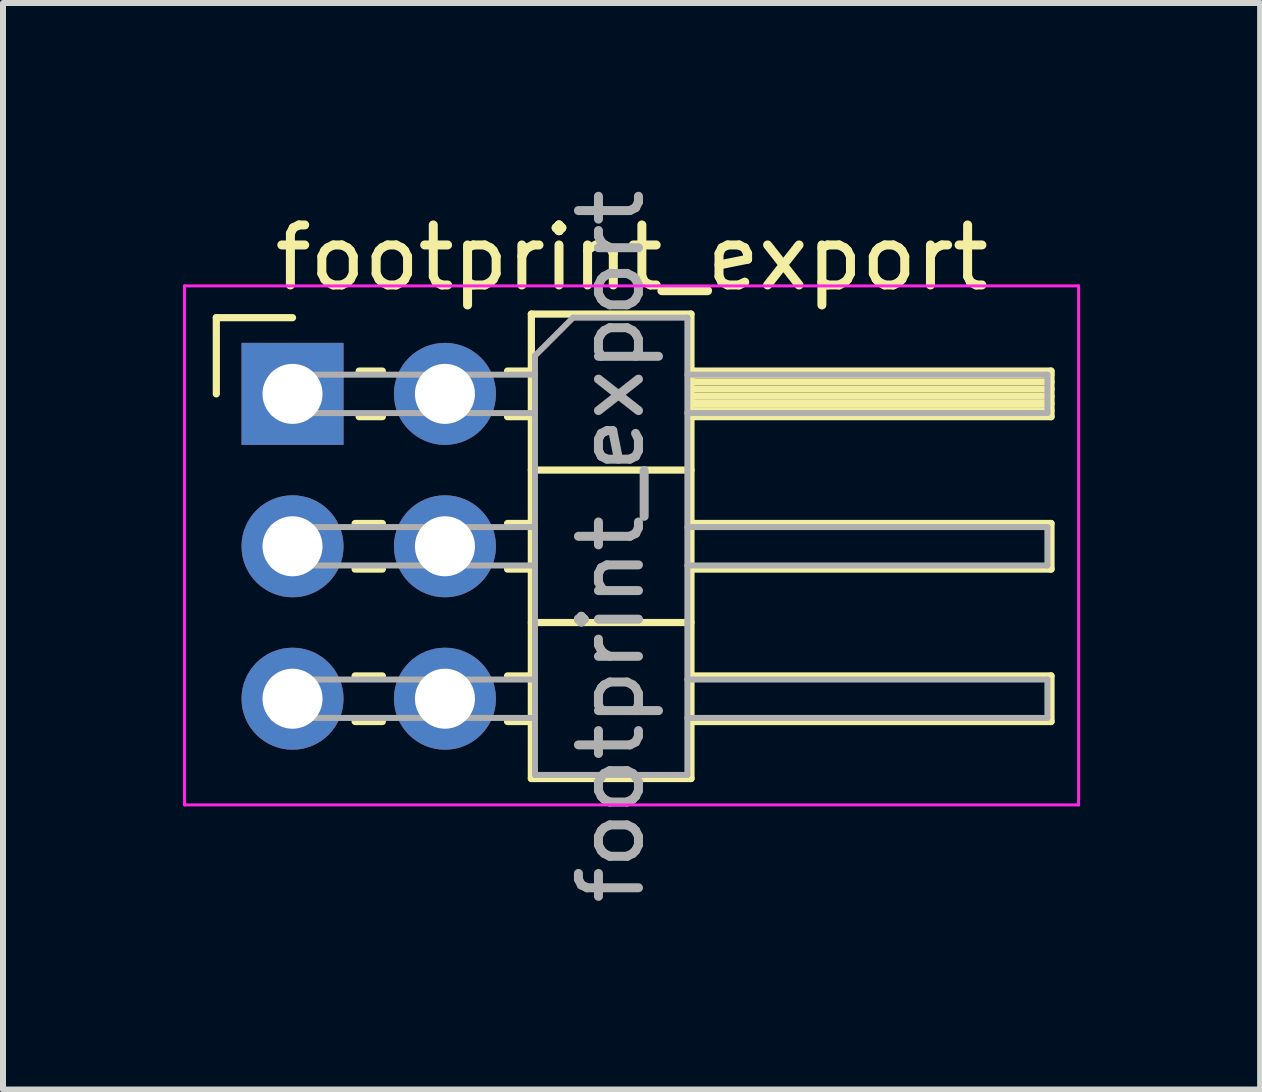
<source format=kicad_pcb>
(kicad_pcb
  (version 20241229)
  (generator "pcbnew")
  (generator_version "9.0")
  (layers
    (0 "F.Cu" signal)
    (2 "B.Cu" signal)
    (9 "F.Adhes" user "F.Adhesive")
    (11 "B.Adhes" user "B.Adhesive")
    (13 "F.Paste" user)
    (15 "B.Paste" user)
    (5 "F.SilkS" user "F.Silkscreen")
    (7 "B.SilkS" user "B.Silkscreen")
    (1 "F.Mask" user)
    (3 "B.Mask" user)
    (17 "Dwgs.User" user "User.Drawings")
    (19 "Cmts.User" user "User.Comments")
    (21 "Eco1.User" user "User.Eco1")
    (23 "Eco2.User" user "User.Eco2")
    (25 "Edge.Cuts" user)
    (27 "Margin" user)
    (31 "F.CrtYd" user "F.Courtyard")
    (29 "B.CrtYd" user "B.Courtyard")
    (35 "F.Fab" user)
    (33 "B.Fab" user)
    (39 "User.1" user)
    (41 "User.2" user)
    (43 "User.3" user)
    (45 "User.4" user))
  (footprint "footprint_export"
    (layer "F.Cu")
    (at 1.825 3.514)
    (property "Reference" "footprint_export" (at 5.655 -2.27 0) (layer "F.SilkS") (effects (font (size 1 1) (thickness 0.15))))
    (attr through_hole)
    (fp_line (start -1.27 -1.27) (end 0 -1.27) (stroke (width 0.12) (type solid)) (layer "F.SilkS"))
    (fp_line (start -1.27 0) (end -1.27 -1.27) (stroke (width 0.12) (type solid)) (layer "F.SilkS"))
    (fp_line (start 1.043 2.16) (end 1.497 2.16) (stroke (width 0.12) (type solid)) (layer "F.SilkS"))
    (fp_line (start 1.043 2.92) (end 1.497 2.92) (stroke (width 0.12) (type solid)) (layer "F.SilkS"))
    (fp_line (start 1.043 4.7) (end 1.497 4.7) (stroke (width 0.12) (type solid)) (layer "F.SilkS"))
    (fp_line (start 1.043 5.46) (end 1.497 5.46) (stroke (width 0.12) (type solid)) (layer "F.SilkS"))
    (fp_line (start 1.11 -0.38) (end 1.497 -0.38) (stroke (width 0.12) (type solid)) (layer "F.SilkS"))
    (fp_line (start 1.11 0.38) (end 1.497 0.38) (stroke (width 0.12) (type solid)) (layer "F.SilkS"))
    (fp_line (start 3.583 -0.38) (end 3.98 -0.38) (stroke (width 0.12) (type solid)) (layer "F.SilkS"))
    (fp_line (start 3.583 0.38) (end 3.98 0.38) (stroke (width 0.12) (type solid)) (layer "F.SilkS"))
    (fp_line (start 3.583 2.16) (end 3.98 2.16) (stroke (width 0.12) (type solid)) (layer "F.SilkS"))
    (fp_line (start 3.583 2.92) (end 3.98 2.92) (stroke (width 0.12) (type solid)) (layer "F.SilkS"))
    (fp_line (start 3.583 4.7) (end 3.98 4.7) (stroke (width 0.12) (type solid)) (layer "F.SilkS"))
    (fp_line (start 3.583 5.46) (end 3.98 5.46) (stroke (width 0.12) (type solid)) (layer "F.SilkS"))
    (fp_line (start 3.98 -1.33) (end 3.98 6.41) (stroke (width 0.12) (type solid)) (layer "F.SilkS"))
    (fp_line (start 3.98 1.27) (end 6.64 1.27) (stroke (width 0.12) (type solid)) (layer "F.SilkS"))
    (fp_line (start 3.98 3.81) (end 6.64 3.81) (stroke (width 0.12) (type solid)) (layer "F.SilkS"))
    (fp_line (start 3.98 6.41) (end 6.64 6.41) (stroke (width 0.12) (type solid)) (layer "F.SilkS"))
    (fp_line (start 6.64 -1.33) (end 3.98 -1.33) (stroke (width 0.12) (type solid)) (layer "F.SilkS"))
    (fp_line (start 6.64 -0.38) (end 12.64 -0.38) (stroke (width 0.12) (type solid)) (layer "F.SilkS"))
    (fp_line (start 6.64 -0.32) (end 12.64 -0.32) (stroke (width 0.12) (type solid)) (layer "F.SilkS"))
    (fp_line (start 6.64 -0.2) (end 12.64 -0.2) (stroke (width 0.12) (type solid)) (layer "F.SilkS"))
    (fp_line (start 6.64 -0.08) (end 12.64 -0.08) (stroke (width 0.12) (type solid)) (layer "F.SilkS"))
    (fp_line (start 6.64 0.04) (end 12.64 0.04) (stroke (width 0.12) (type solid)) (layer "F.SilkS"))
    (fp_line (start 6.64 0.16) (end 12.64 0.16) (stroke (width 0.12) (type solid)) (layer "F.SilkS"))
    (fp_line (start 6.64 0.28) (end 12.64 0.28) (stroke (width 0.12) (type solid)) (layer "F.SilkS"))
    (fp_line (start 6.64 2.16) (end 12.64 2.16) (stroke (width 0.12) (type solid)) (layer "F.SilkS"))
    (fp_line (start 6.64 4.7) (end 12.64 4.7) (stroke (width 0.12) (type solid)) (layer "F.SilkS"))
    (fp_line (start 6.64 6.41) (end 6.64 -1.33) (stroke (width 0.12) (type solid)) (layer "F.SilkS"))
    (fp_line (start 12.64 -0.38) (end 12.64 0.38) (stroke (width 0.12) (type solid)) (layer "F.SilkS"))
    (fp_line (start 12.64 0.38) (end 6.64 0.38) (stroke (width 0.12) (type solid)) (layer "F.SilkS"))
    (fp_line (start 12.64 2.16) (end 12.64 2.92) (stroke (width 0.12) (type solid)) (layer "F.SilkS"))
    (fp_line (start 12.64 2.92) (end 6.64 2.92) (stroke (width 0.12) (type solid)) (layer "F.SilkS"))
    (fp_line (start 12.64 4.7) (end 12.64 5.46) (stroke (width 0.12) (type solid)) (layer "F.SilkS"))
    (fp_line (start 12.64 5.46) (end 6.64 5.46) (stroke (width 0.12) (type solid)) (layer "F.SilkS"))
    (fp_line (start -1.8 -1.8) (end -1.8 6.85) (stroke (width 0.05) (type solid)) (layer "F.CrtYd"))
    (fp_line (start -1.8 6.85) (end 13.1 6.85) (stroke (width 0.05) (type solid)) (layer "F.CrtYd"))
    (fp_line (start 13.1 -1.8) (end -1.8 -1.8) (stroke (width 0.05) (type solid)) (layer "F.CrtYd"))
    (fp_line (start 13.1 6.85) (end 13.1 -1.8) (stroke (width 0.05) (type solid)) (layer "F.CrtYd"))
    (fp_line (start -0.32 -0.32) (end -0.32 0.32) (stroke (width 0.1) (type solid)) (layer "F.Fab"))
    (fp_line (start -0.32 -0.32) (end 4.04 -0.32) (stroke (width 0.1) (type solid)) (layer "F.Fab"))
    (fp_line (start -0.32 0.32) (end 4.04 0.32) (stroke (width 0.1) (type solid)) (layer "F.Fab"))
    (fp_line (start -0.32 2.22) (end -0.32 2.86) (stroke (width 0.1) (type solid)) (layer "F.Fab"))
    (fp_line (start -0.32 2.22) (end 4.04 2.22) (stroke (width 0.1) (type solid)) (layer "F.Fab"))
    (fp_line (start -0.32 2.86) (end 4.04 2.86) (stroke (width 0.1) (type solid)) (layer "F.Fab"))
    (fp_line (start -0.32 4.76) (end -0.32 5.4) (stroke (width 0.1) (type solid)) (layer "F.Fab"))
    (fp_line (start -0.32 4.76) (end 4.04 4.76) (stroke (width 0.1) (type solid)) (layer "F.Fab"))
    (fp_line (start -0.32 5.4) (end 4.04 5.4) (stroke (width 0.1) (type solid)) (layer "F.Fab"))
    (fp_line (start 4.04 -0.635) (end 4.675 -1.27) (stroke (width 0.1) (type solid)) (layer "F.Fab"))
    (fp_line (start 4.04 6.35) (end 4.04 -0.635) (stroke (width 0.1) (type solid)) (layer "F.Fab"))
    (fp_line (start 4.675 -1.27) (end 6.58 -1.27) (stroke (width 0.1) (type solid)) (layer "F.Fab"))
    (fp_line (start 6.58 -1.27) (end 6.58 6.35) (stroke (width 0.1) (type solid)) (layer "F.Fab"))
    (fp_line (start 6.58 -0.32) (end 12.58 -0.32) (stroke (width 0.1) (type solid)) (layer "F.Fab"))
    (fp_line (start 6.58 0.32) (end 12.58 0.32) (stroke (width 0.1) (type solid)) (layer "F.Fab"))
    (fp_line (start 6.58 2.22) (end 12.58 2.22) (stroke (width 0.1) (type solid)) (layer "F.Fab"))
    (fp_line (start 6.58 2.86) (end 12.58 2.86) (stroke (width 0.1) (type solid)) (layer "F.Fab"))
    (fp_line (start 6.58 4.76) (end 12.58 4.76) (stroke (width 0.1) (type solid)) (layer "F.Fab"))
    (fp_line (start 6.58 5.4) (end 12.58 5.4) (stroke (width 0.1) (type solid)) (layer "F.Fab"))
    (fp_line (start 6.58 6.35) (end 4.04 6.35) (stroke (width 0.1) (type solid)) (layer "F.Fab"))
    (fp_line (start 12.58 -0.32) (end 12.58 0.32) (stroke (width 0.1) (type solid)) (layer "F.Fab"))
    (fp_line (start 12.58 2.22) (end 12.58 2.86) (stroke (width 0.1) (type solid)) (layer "F.Fab"))
    (fp_line (start 12.58 4.76) (end 12.58 5.4) (stroke (width 0.1) (type solid)) (layer "F.Fab"))
    (fp_text user "${REFERENCE}" (at 5.31 2.54 90) (layer "F.Fab") (effects (font (size 1 1) (thickness 0.15))))
    (pad "1" thru_hole rect (at 0 0) (size 1.7 1.7) (drill 1) (layers "*.Cu" "*.Mask"))
    (pad "2" thru_hole oval (at 2.54 0) (size 1.7 1.7) (drill 1) (layers "*.Cu" "*.Mask"))
    (pad "3" thru_hole oval (at 0 2.54) (size 1.7 1.7) (drill 1) (layers "*.Cu" "*.Mask"))
    (pad "4" thru_hole oval (at 2.54 2.54) (size 1.7 1.7) (drill 1) (layers "*.Cu" "*.Mask"))
    (pad "5" thru_hole oval (at 0 5.08) (size 1.7 1.7) (drill 1) (layers "*.Cu" "*.Mask"))
    (pad "6" thru_hole oval (at 2.54 5.08) (size 1.7 1.7) (drill 1) (layers "*.Cu" "*.Mask")))
  (gr_rect
    (start -3 -3)
    (end 17.95 15.107)
    (stroke (width 0.1) (type default))
    (fill no)
    (layer "Edge.Cuts")))
</source>
